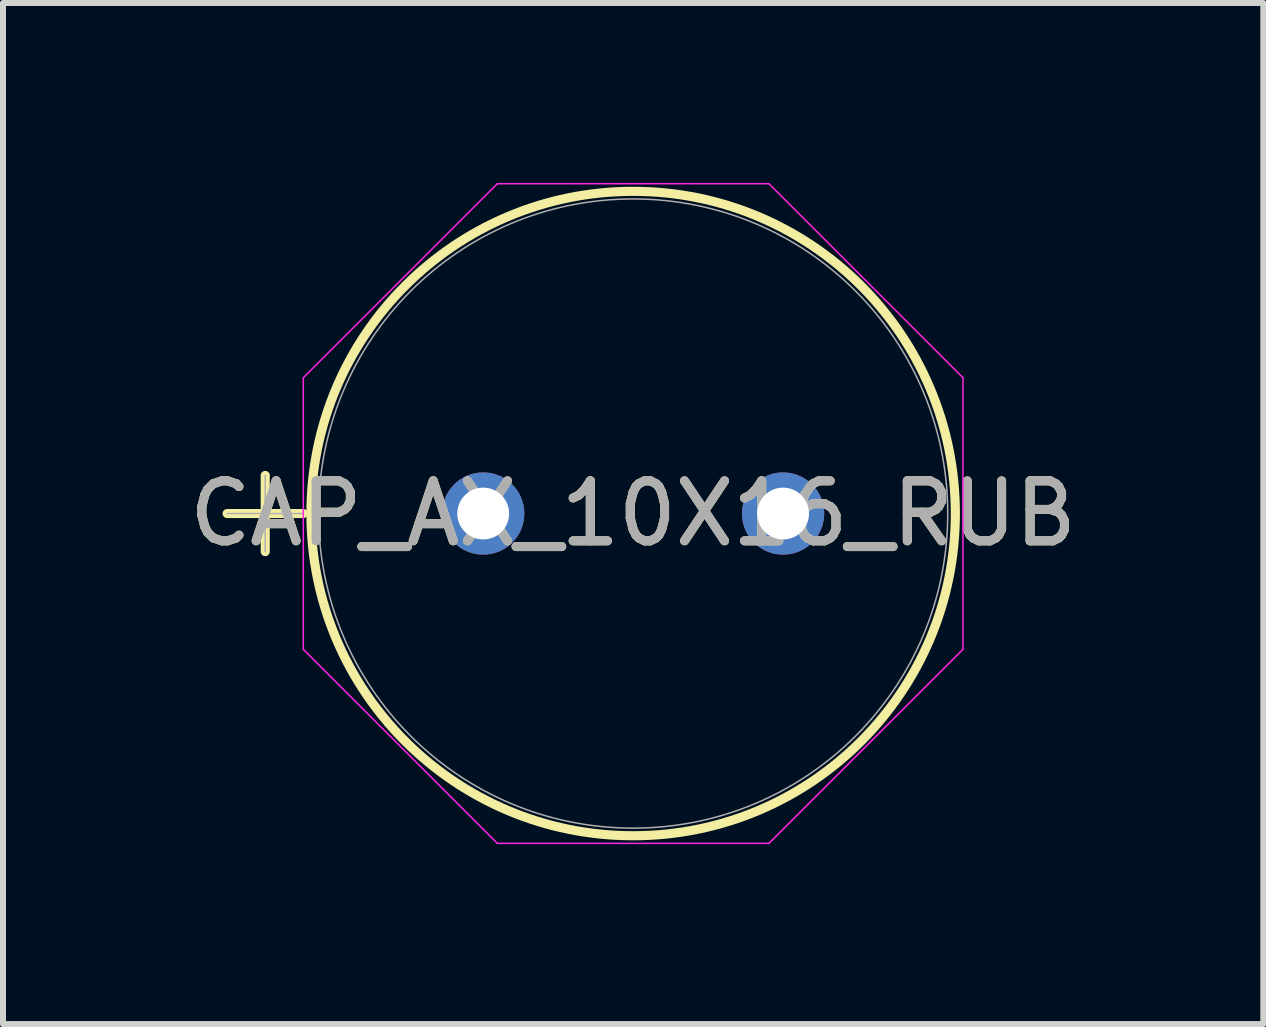
<source format=kicad_pcb>
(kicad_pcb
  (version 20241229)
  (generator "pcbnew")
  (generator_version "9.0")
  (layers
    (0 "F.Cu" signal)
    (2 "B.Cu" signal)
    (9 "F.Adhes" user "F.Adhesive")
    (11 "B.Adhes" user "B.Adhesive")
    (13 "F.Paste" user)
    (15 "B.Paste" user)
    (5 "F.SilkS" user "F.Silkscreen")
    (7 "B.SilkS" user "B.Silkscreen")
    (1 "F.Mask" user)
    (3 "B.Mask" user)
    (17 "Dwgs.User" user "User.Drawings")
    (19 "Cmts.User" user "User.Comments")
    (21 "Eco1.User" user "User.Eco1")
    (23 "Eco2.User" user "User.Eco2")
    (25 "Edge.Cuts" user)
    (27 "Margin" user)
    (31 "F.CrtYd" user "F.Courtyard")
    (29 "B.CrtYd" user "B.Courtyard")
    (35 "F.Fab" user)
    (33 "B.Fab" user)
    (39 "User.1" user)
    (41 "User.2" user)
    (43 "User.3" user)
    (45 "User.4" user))
  (footprint "CAP_AX_10X16_RUB"
    (layer "F.Cu")
    (at 5.006 5.512)
    (property "Reference" "CAP_AX_10X16_RUB" (at 2.5 0 0) (unlocked yes) (layer "F.SilkS") (effects (font (size 1 1) (thickness 0.15))))
    (attr through_hole)
    (fp_line (start -4.269 0) (end -2.999 0) (stroke (width 0.152) (type solid)) (layer "F.SilkS"))
    (fp_line (start -3.634 -0.635) (end -3.634 0.635) (stroke (width 0.152) (type solid)) (layer "F.SilkS"))
    (fp_circle (center 2.5 0) (end 7.872 0) (stroke (width 0.152) (type solid)) (fill no) (layer "F.SilkS"))
    (fp_line (start -2.999 -2.264) (end 0.236 -5.499) (stroke (width 0.025) (type solid)) (layer "F.CrtYd"))
    (fp_line (start -2.999 2.264) (end -2.999 -2.264) (stroke (width 0.025) (type solid)) (layer "F.CrtYd"))
    (fp_line (start 0.236 -5.499) (end 4.764 -5.499) (stroke (width 0.025) (type solid)) (layer "F.CrtYd"))
    (fp_line (start 0.236 5.499) (end -2.999 2.264) (stroke (width 0.025) (type solid)) (layer "F.CrtYd"))
    (fp_line (start 4.764 -5.499) (end 7.999 -2.264) (stroke (width 0.025) (type solid)) (layer "F.CrtYd"))
    (fp_line (start 4.764 5.499) (end 0.236 5.499) (stroke (width 0.025) (type solid)) (layer "F.CrtYd"))
    (fp_line (start 7.999 -2.264) (end 7.999 2.264) (stroke (width 0.025) (type solid)) (layer "F.CrtYd"))
    (fp_line (start 7.999 2.264) (end 4.764 5.499) (stroke (width 0.025) (type solid)) (layer "F.CrtYd"))
    (fp_line (start -4.269 0) (end -2.999 0) (stroke (width 0.025) (type solid)) (layer "F.Fab"))
    (fp_line (start -3.634 -0.635) (end -3.634 0.635) (stroke (width 0.025) (type solid)) (layer "F.Fab"))
    (fp_circle (center 2.5 0) (end 7.745 0) (stroke (width 0.025) (type solid)) (fill no) (layer "F.Fab"))
    (fp_text user "${REFERENCE}" (at 2.5 0 0) (unlocked yes) (layer "F.Fab") (effects (font (size 1 1) (thickness 0.15))))
    (pad "1" thru_hole circle (at 0 0) (size 1.372 1.372) (drill 0.864) (layers "*.Cu" "*.Mask"))
    (pad "2" thru_hole circle (at 5 0) (size 1.372 1.372) (drill 0.864) (layers "*.Cu" "*.Mask")))
  (gr_rect
    (start -3 -3)
    (end 18.012 14.024)
    (stroke (width 0.1) (type default))
    (fill no)
    (layer "Edge.Cuts")))
</source>
